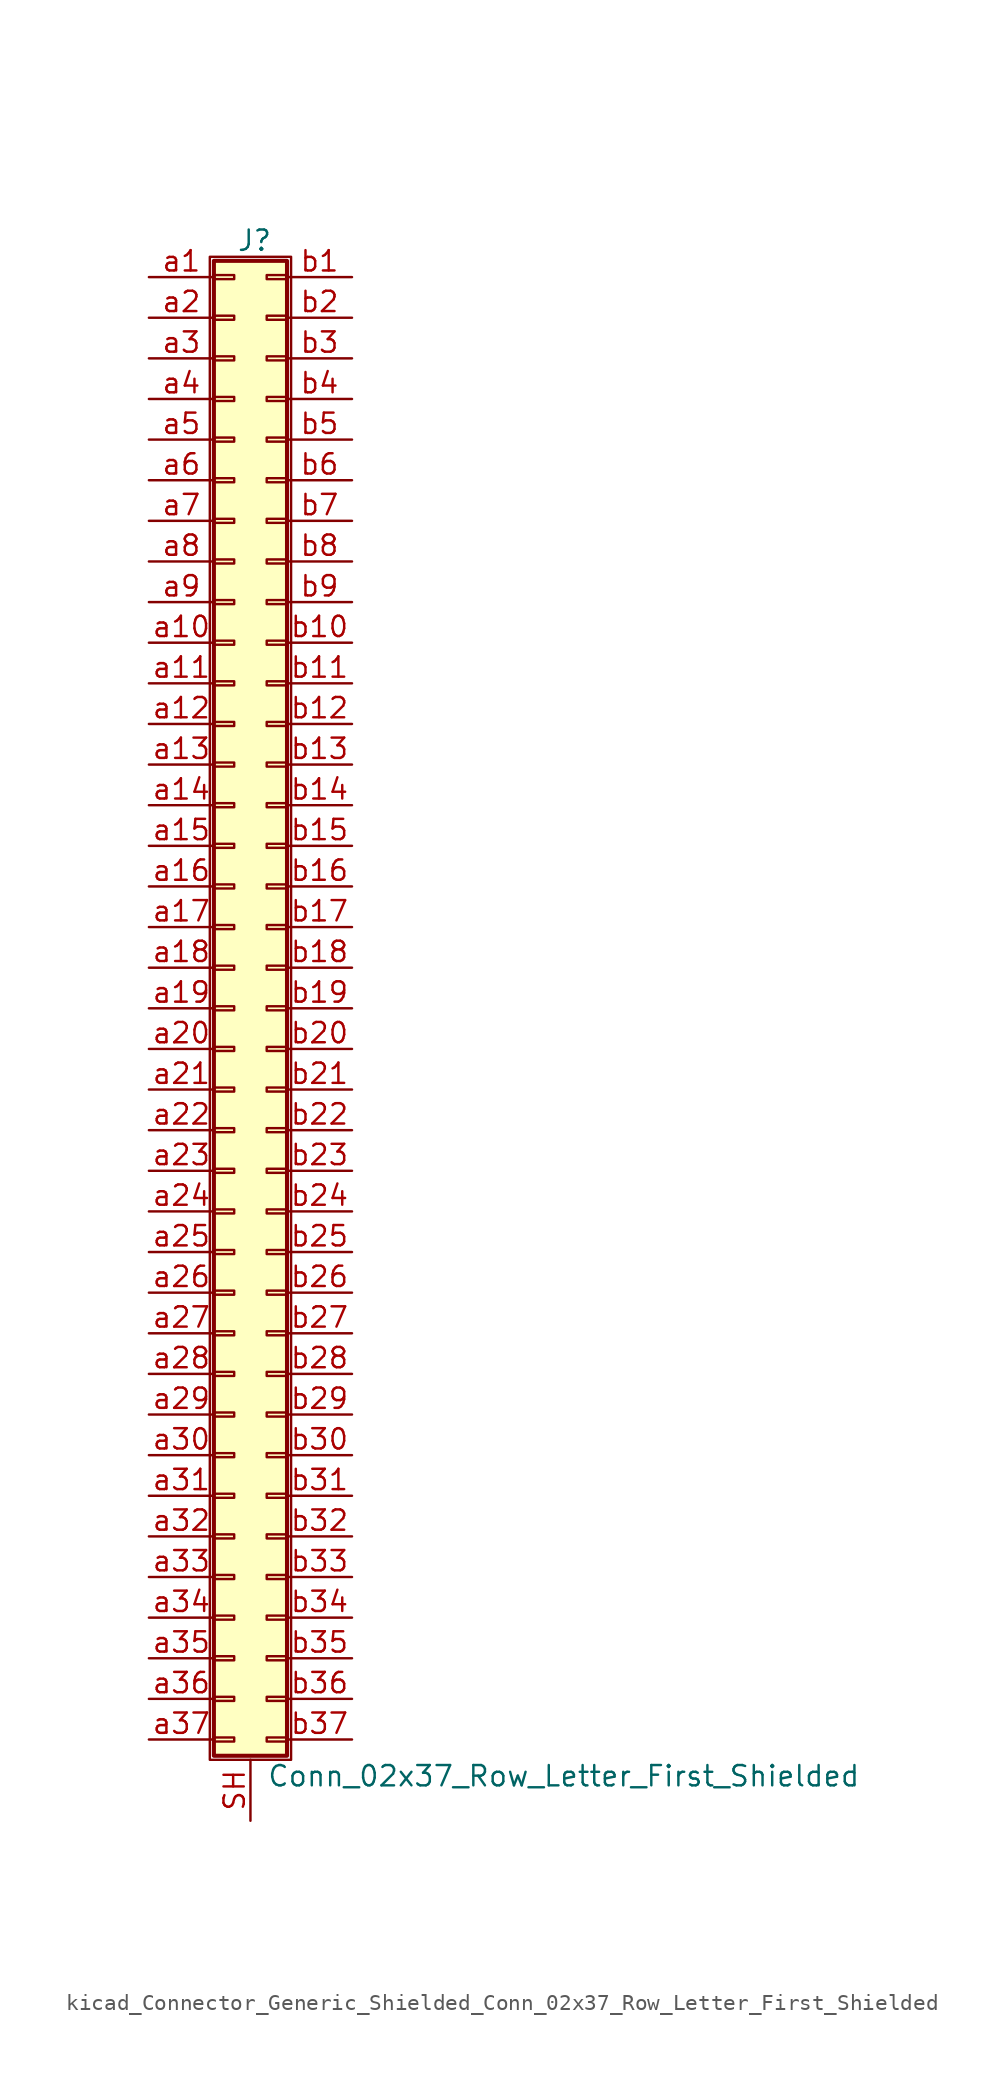
<source format=kicad_sym>
(kicad_symbol_lib
  (version 20220914)
  (generator kicad_symbol_editor)
  (symbol "kicad_Connector_Generic_Shielded_Conn_02x37_Row_Letter_First_Shielded"
    (pin_names
      (offset 1.016) hide)
    (property "Reference" "J"
      (at 1.524 48.006 0)
      (effects (font (size 1.27 1.27))))
    (property "Value" "Conn_02x37_Row_Letter_First_Shielded"
      (at 2.286 -48.006 0)
      (effects (font (size 1.27 1.27)) (justify left)))
    (symbol "kicad_Connector_Generic_Shielded_Conn_02x37_Row_Letter_First_Shielded_1_1"
      (rectangle (start -1.27 46.99) (end 3.81 -46.99) (stroke (width 0.152) (type default)) (fill (type none)))
      (rectangle (start -1.016 -45.593) (end 0.254 -45.847) (stroke (width 0.152) (type default)) (fill (type none)))
      (rectangle (start -1.016 -43.053) (end 0.254 -43.307) (stroke (width 0.152) (type default)) (fill (type none)))
      (rectangle (start -1.016 -40.513) (end 0.254 -40.767) (stroke (width 0.152) (type default)) (fill (type none)))
      (rectangle (start -1.016 -37.973) (end 0.254 -38.227) (stroke (width 0.152) (type default)) (fill (type none)))
      (rectangle (start -1.016 -35.433) (end 0.254 -35.687) (stroke (width 0.152) (type default)) (fill (type none)))
      (rectangle (start -1.016 -32.893) (end 0.254 -33.147) (stroke (width 0.152) (type default)) (fill (type none)))
      (rectangle (start -1.016 -30.353) (end 0.254 -30.607) (stroke (width 0.152) (type default)) (fill (type none)))
      (rectangle (start -1.016 -27.813) (end 0.254 -28.067) (stroke (width 0.152) (type default)) (fill (type none)))
      (rectangle (start -1.016 -25.273) (end 0.254 -25.527) (stroke (width 0.152) (type default)) (fill (type none)))
      (rectangle (start -1.016 -22.733) (end 0.254 -22.987) (stroke (width 0.152) (type default)) (fill (type none)))
      (rectangle (start -1.016 -20.193) (end 0.254 -20.447) (stroke (width 0.152) (type default)) (fill (type none)))
      (rectangle (start -1.016 -17.653) (end 0.254 -17.907) (stroke (width 0.152) (type default)) (fill (type none)))
      (rectangle (start -1.016 -15.113) (end 0.254 -15.367) (stroke (width 0.152) (type default)) (fill (type none)))
      (rectangle (start -1.016 -12.573) (end 0.254 -12.827) (stroke (width 0.152) (type default)) (fill (type none)))
      (rectangle (start -1.016 -10.033) (end 0.254 -10.287) (stroke (width 0.152) (type default)) (fill (type none)))
      (rectangle (start -1.016 -7.493) (end 0.254 -7.747) (stroke (width 0.152) (type default)) (fill (type none)))
      (rectangle (start -1.016 -4.953) (end 0.254 -5.207) (stroke (width 0.152) (type default)) (fill (type none)))
      (rectangle (start -1.016 -2.413) (end 0.254 -2.667) (stroke (width 0.152) (type default)) (fill (type none)))
      (rectangle (start -1.016 0.127) (end 0.254 -0.127) (stroke (width 0.152) (type default)) (fill (type none)))
      (rectangle (start -1.016 2.667) (end 0.254 2.413) (stroke (width 0.152) (type default)) (fill (type none)))
      (rectangle (start -1.016 5.207) (end 0.254 4.953) (stroke (width 0.152) (type default)) (fill (type none)))
      (rectangle (start -1.016 7.747) (end 0.254 7.493) (stroke (width 0.152) (type default)) (fill (type none)))
      (rectangle (start -1.016 10.287) (end 0.254 10.033) (stroke (width 0.152) (type default)) (fill (type none)))
      (rectangle (start -1.016 12.827) (end 0.254 12.573) (stroke (width 0.152) (type default)) (fill (type none)))
      (rectangle (start -1.016 15.367) (end 0.254 15.113) (stroke (width 0.152) (type default)) (fill (type none)))
      (rectangle (start -1.016 17.907) (end 0.254 17.653) (stroke (width 0.152) (type default)) (fill (type none)))
      (rectangle (start -1.016 20.447) (end 0.254 20.193) (stroke (width 0.152) (type default)) (fill (type none)))
      (rectangle (start -1.016 22.987) (end 0.254 22.733) (stroke (width 0.152) (type default)) (fill (type none)))
      (rectangle (start -1.016 25.527) (end 0.254 25.273) (stroke (width 0.152) (type default)) (fill (type none)))
      (rectangle (start -1.016 28.067) (end 0.254 27.813) (stroke (width 0.152) (type default)) (fill (type none)))
      (rectangle (start -1.016 30.607) (end 0.254 30.353) (stroke (width 0.152) (type default)) (fill (type none)))
      (rectangle (start -1.016 33.147) (end 0.254 32.893) (stroke (width 0.152) (type default)) (fill (type none)))
      (rectangle (start -1.016 35.687) (end 0.254 35.433) (stroke (width 0.152) (type default)) (fill (type none)))
      (rectangle (start -1.016 38.227) (end 0.254 37.973) (stroke (width 0.152) (type default)) (fill (type none)))
      (rectangle (start -1.016 40.767) (end 0.254 40.513) (stroke (width 0.152) (type default)) (fill (type none)))
      (rectangle (start -1.016 43.307) (end 0.254 43.053) (stroke (width 0.152) (type default)) (fill (type none)))
      (rectangle (start -1.016 45.847) (end 0.254 45.593) (stroke (width 0.152) (type default)) (fill (type none)))
      (rectangle (start -1.016 46.736) (end 3.556 -46.736) (stroke (width 0.254) (type default)) (fill (type background)))
      (rectangle (start 3.556 -45.593) (end 2.286 -45.847) (stroke (width 0.152) (type default)) (fill (type none)))
      (rectangle (start 3.556 -43.053) (end 2.286 -43.307) (stroke (width 0.152) (type default)) (fill (type none)))
      (rectangle (start 3.556 -40.513) (end 2.286 -40.767) (stroke (width 0.152) (type default)) (fill (type none)))
      (rectangle (start 3.556 -37.973) (end 2.286 -38.227) (stroke (width 0.152) (type default)) (fill (type none)))
      (rectangle (start 3.556 -35.433) (end 2.286 -35.687) (stroke (width 0.152) (type default)) (fill (type none)))
      (rectangle (start 3.556 -32.893) (end 2.286 -33.147) (stroke (width 0.152) (type default)) (fill (type none)))
      (rectangle (start 3.556 -30.353) (end 2.286 -30.607) (stroke (width 0.152) (type default)) (fill (type none)))
      (rectangle (start 3.556 -27.813) (end 2.286 -28.067) (stroke (width 0.152) (type default)) (fill (type none)))
      (rectangle (start 3.556 -25.273) (end 2.286 -25.527) (stroke (width 0.152) (type default)) (fill (type none)))
      (rectangle (start 3.556 -22.733) (end 2.286 -22.987) (stroke (width 0.152) (type default)) (fill (type none)))
      (rectangle (start 3.556 -20.193) (end 2.286 -20.447) (stroke (width 0.152) (type default)) (fill (type none)))
      (rectangle (start 3.556 -17.653) (end 2.286 -17.907) (stroke (width 0.152) (type default)) (fill (type none)))
      (rectangle (start 3.556 -15.113) (end 2.286 -15.367) (stroke (width 0.152) (type default)) (fill (type none)))
      (rectangle (start 3.556 -12.573) (end 2.286 -12.827) (stroke (width 0.152) (type default)) (fill (type none)))
      (rectangle (start 3.556 -10.033) (end 2.286 -10.287) (stroke (width 0.152) (type default)) (fill (type none)))
      (rectangle (start 3.556 -7.493) (end 2.286 -7.747) (stroke (width 0.152) (type default)) (fill (type none)))
      (rectangle (start 3.556 -4.953) (end 2.286 -5.207) (stroke (width 0.152) (type default)) (fill (type none)))
      (rectangle (start 3.556 -2.413) (end 2.286 -2.667) (stroke (width 0.152) (type default)) (fill (type none)))
      (rectangle (start 3.556 0.127) (end 2.286 -0.127) (stroke (width 0.152) (type default)) (fill (type none)))
      (rectangle (start 3.556 2.667) (end 2.286 2.413) (stroke (width 0.152) (type default)) (fill (type none)))
      (rectangle (start 3.556 5.207) (end 2.286 4.953) (stroke (width 0.152) (type default)) (fill (type none)))
      (rectangle (start 3.556 7.747) (end 2.286 7.493) (stroke (width 0.152) (type default)) (fill (type none)))
      (rectangle (start 3.556 10.287) (end 2.286 10.033) (stroke (width 0.152) (type default)) (fill (type none)))
      (rectangle (start 3.556 12.827) (end 2.286 12.573) (stroke (width 0.152) (type default)) (fill (type none)))
      (rectangle (start 3.556 15.367) (end 2.286 15.113) (stroke (width 0.152) (type default)) (fill (type none)))
      (rectangle (start 3.556 17.907) (end 2.286 17.653) (stroke (width 0.152) (type default)) (fill (type none)))
      (rectangle (start 3.556 20.447) (end 2.286 20.193) (stroke (width 0.152) (type default)) (fill (type none)))
      (rectangle (start 3.556 22.987) (end 2.286 22.733) (stroke (width 0.152) (type default)) (fill (type none)))
      (rectangle (start 3.556 25.527) (end 2.286 25.273) (stroke (width 0.152) (type default)) (fill (type none)))
      (rectangle (start 3.556 28.067) (end 2.286 27.813) (stroke (width 0.152) (type default)) (fill (type none)))
      (rectangle (start 3.556 30.607) (end 2.286 30.353) (stroke (width 0.152) (type default)) (fill (type none)))
      (rectangle (start 3.556 33.147) (end 2.286 32.893) (stroke (width 0.152) (type default)) (fill (type none)))
      (rectangle (start 3.556 35.687) (end 2.286 35.433) (stroke (width 0.152) (type default)) (fill (type none)))
      (rectangle (start 3.556 38.227) (end 2.286 37.973) (stroke (width 0.152) (type default)) (fill (type none)))
      (rectangle (start 3.556 40.767) (end 2.286 40.513) (stroke (width 0.152) (type default)) (fill (type none)))
      (rectangle (start 3.556 43.307) (end 2.286 43.053) (stroke (width 0.152) (type default)) (fill (type none)))
      (rectangle (start 3.556 45.847) (end 2.286 45.593) (stroke (width 0.152) (type default)) (fill (type none)))
      (pin passive line (at 1.27 -50.8 90) (length 3.81) (name "Shield" (effects (font (size 1.27 1.27)))) (number "SH" (effects (font (size 1.27 1.27)))))
      (pin passive line (at -5.08 45.72 0) (length 4.064) (name "Pin_a1" (effects (font (size 1.27 1.27)))) (number "a1" (effects (font (size 1.27 1.27)))))
      (pin passive line (at -5.08 22.86 0) (length 4.064) (name "Pin_a10" (effects (font (size 1.27 1.27)))) (number "a10" (effects (font (size 1.27 1.27)))))
      (pin passive line (at -5.08 20.32 0) (length 4.064) (name "Pin_a11" (effects (font (size 1.27 1.27)))) (number "a11" (effects (font (size 1.27 1.27)))))
      (pin passive line (at -5.08 17.78 0) (length 4.064) (name "Pin_a12" (effects (font (size 1.27 1.27)))) (number "a12" (effects (font (size 1.27 1.27)))))
      (pin passive line (at -5.08 15.24 0) (length 4.064) (name "Pin_a13" (effects (font (size 1.27 1.27)))) (number "a13" (effects (font (size 1.27 1.27)))))
      (pin passive line (at -5.08 12.7 0) (length 4.064) (name "Pin_a14" (effects (font (size 1.27 1.27)))) (number "a14" (effects (font (size 1.27 1.27)))))
      (pin passive line (at -5.08 10.16 0) (length 4.064) (name "Pin_a15" (effects (font (size 1.27 1.27)))) (number "a15" (effects (font (size 1.27 1.27)))))
      (pin passive line (at -5.08 7.62 0) (length 4.064) (name "Pin_a16" (effects (font (size 1.27 1.27)))) (number "a16" (effects (font (size 1.27 1.27)))))
      (pin passive line (at -5.08 5.08 0) (length 4.064) (name "Pin_a17" (effects (font (size 1.27 1.27)))) (number "a17" (effects (font (size 1.27 1.27)))))
      (pin passive line (at -5.08 2.54 0) (length 4.064) (name "Pin_a18" (effects (font (size 1.27 1.27)))) (number "a18" (effects (font (size 1.27 1.27)))))
      (pin passive line (at -5.08 0 0) (length 4.064) (name "Pin_a19" (effects (font (size 1.27 1.27)))) (number "a19" (effects (font (size 1.27 1.27)))))
      (pin passive line (at -5.08 43.18 0) (length 4.064) (name "Pin_a2" (effects (font (size 1.27 1.27)))) (number "a2" (effects (font (size 1.27 1.27)))))
      (pin passive line (at -5.08 -2.54 0) (length 4.064) (name "Pin_a20" (effects (font (size 1.27 1.27)))) (number "a20" (effects (font (size 1.27 1.27)))))
      (pin passive line (at -5.08 -5.08 0) (length 4.064) (name "Pin_a21" (effects (font (size 1.27 1.27)))) (number "a21" (effects (font (size 1.27 1.27)))))
      (pin passive line (at -5.08 -7.62 0) (length 4.064) (name "Pin_a22" (effects (font (size 1.27 1.27)))) (number "a22" (effects (font (size 1.27 1.27)))))
      (pin passive line (at -5.08 -10.16 0) (length 4.064) (name "Pin_a23" (effects (font (size 1.27 1.27)))) (number "a23" (effects (font (size 1.27 1.27)))))
      (pin passive line (at -5.08 -12.7 0) (length 4.064) (name "Pin_a24" (effects (font (size 1.27 1.27)))) (number "a24" (effects (font (size 1.27 1.27)))))
      (pin passive line (at -5.08 -15.24 0) (length 4.064) (name "Pin_a25" (effects (font (size 1.27 1.27)))) (number "a25" (effects (font (size 1.27 1.27)))))
      (pin passive line (at -5.08 -17.78 0) (length 4.064) (name "Pin_a26" (effects (font (size 1.27 1.27)))) (number "a26" (effects (font (size 1.27 1.27)))))
      (pin passive line (at -5.08 -20.32 0) (length 4.064) (name "Pin_a27" (effects (font (size 1.27 1.27)))) (number "a27" (effects (font (size 1.27 1.27)))))
      (pin passive line (at -5.08 -22.86 0) (length 4.064) (name "Pin_a28" (effects (font (size 1.27 1.27)))) (number "a28" (effects (font (size 1.27 1.27)))))
      (pin passive line (at -5.08 -25.4 0) (length 4.064) (name "Pin_a29" (effects (font (size 1.27 1.27)))) (number "a29" (effects (font (size 1.27 1.27)))))
      (pin passive line (at -5.08 40.64 0) (length 4.064) (name "Pin_a3" (effects (font (size 1.27 1.27)))) (number "a3" (effects (font (size 1.27 1.27)))))
      (pin passive line (at -5.08 -27.94 0) (length 4.064) (name "Pin_a30" (effects (font (size 1.27 1.27)))) (number "a30" (effects (font (size 1.27 1.27)))))
      (pin passive line (at -5.08 -30.48 0) (length 4.064) (name "Pin_a31" (effects (font (size 1.27 1.27)))) (number "a31" (effects (font (size 1.27 1.27)))))
      (pin passive line (at -5.08 -33.02 0) (length 4.064) (name "Pin_a32" (effects (font (size 1.27 1.27)))) (number "a32" (effects (font (size 1.27 1.27)))))
      (pin passive line (at -5.08 -35.56 0) (length 4.064) (name "Pin_a33" (effects (font (size 1.27 1.27)))) (number "a33" (effects (font (size 1.27 1.27)))))
      (pin passive line (at -5.08 -38.1 0) (length 4.064) (name "Pin_a34" (effects (font (size 1.27 1.27)))) (number "a34" (effects (font (size 1.27 1.27)))))
      (pin passive line (at -5.08 -40.64 0) (length 4.064) (name "Pin_a35" (effects (font (size 1.27 1.27)))) (number "a35" (effects (font (size 1.27 1.27)))))
      (pin passive line (at -5.08 -43.18 0) (length 4.064) (name "Pin_a36" (effects (font (size 1.27 1.27)))) (number "a36" (effects (font (size 1.27 1.27)))))
      (pin passive line (at -5.08 -45.72 0) (length 4.064) (name "Pin_a37" (effects (font (size 1.27 1.27)))) (number "a37" (effects (font (size 1.27 1.27)))))
      (pin passive line (at -5.08 38.1 0) (length 4.064) (name "Pin_a4" (effects (font (size 1.27 1.27)))) (number "a4" (effects (font (size 1.27 1.27)))))
      (pin passive line (at -5.08 35.56 0) (length 4.064) (name "Pin_a5" (effects (font (size 1.27 1.27)))) (number "a5" (effects (font (size 1.27 1.27)))))
      (pin passive line (at -5.08 33.02 0) (length 4.064) (name "Pin_a6" (effects (font (size 1.27 1.27)))) (number "a6" (effects (font (size 1.27 1.27)))))
      (pin passive line (at -5.08 30.48 0) (length 4.064) (name "Pin_a7" (effects (font (size 1.27 1.27)))) (number "a7" (effects (font (size 1.27 1.27)))))
      (pin passive line (at -5.08 27.94 0) (length 4.064) (name "Pin_a8" (effects (font (size 1.27 1.27)))) (number "a8" (effects (font (size 1.27 1.27)))))
      (pin passive line (at -5.08 25.4 0) (length 4.064) (name "Pin_a9" (effects (font (size 1.27 1.27)))) (number "a9" (effects (font (size 1.27 1.27)))))
      (pin passive line (at 7.62 45.72 180) (length 4.064) (name "Pin_b1" (effects (font (size 1.27 1.27)))) (number "b1" (effects (font (size 1.27 1.27)))))
      (pin passive line (at 7.62 22.86 180) (length 4.064) (name "Pin_b10" (effects (font (size 1.27 1.27)))) (number "b10" (effects (font (size 1.27 1.27)))))
      (pin passive line (at 7.62 20.32 180) (length 4.064) (name "Pin_b11" (effects (font (size 1.27 1.27)))) (number "b11" (effects (font (size 1.27 1.27)))))
      (pin passive line (at 7.62 17.78 180) (length 4.064) (name "Pin_b12" (effects (font (size 1.27 1.27)))) (number "b12" (effects (font (size 1.27 1.27)))))
      (pin passive line (at 7.62 15.24 180) (length 4.064) (name "Pin_b13" (effects (font (size 1.27 1.27)))) (number "b13" (effects (font (size 1.27 1.27)))))
      (pin passive line (at 7.62 12.7 180) (length 4.064) (name "Pin_b14" (effects (font (size 1.27 1.27)))) (number "b14" (effects (font (size 1.27 1.27)))))
      (pin passive line (at 7.62 10.16 180) (length 4.064) (name "Pin_b15" (effects (font (size 1.27 1.27)))) (number "b15" (effects (font (size 1.27 1.27)))))
      (pin passive line (at 7.62 7.62 180) (length 4.064) (name "Pin_b16" (effects (font (size 1.27 1.27)))) (number "b16" (effects (font (size 1.27 1.27)))))
      (pin passive line (at 7.62 5.08 180) (length 4.064) (name "Pin_b17" (effects (font (size 1.27 1.27)))) (number "b17" (effects (font (size 1.27 1.27)))))
      (pin passive line (at 7.62 2.54 180) (length 4.064) (name "Pin_b18" (effects (font (size 1.27 1.27)))) (number "b18" (effects (font (size 1.27 1.27)))))
      (pin passive line (at 7.62 0 180) (length 4.064) (name "Pin_b19" (effects (font (size 1.27 1.27)))) (number "b19" (effects (font (size 1.27 1.27)))))
      (pin passive line (at 7.62 43.18 180) (length 4.064) (name "Pin_b2" (effects (font (size 1.27 1.27)))) (number "b2" (effects (font (size 1.27 1.27)))))
      (pin passive line (at 7.62 -2.54 180) (length 4.064) (name "Pin_b20" (effects (font (size 1.27 1.27)))) (number "b20" (effects (font (size 1.27 1.27)))))
      (pin passive line (at 7.62 -5.08 180) (length 4.064) (name "Pin_b21" (effects (font (size 1.27 1.27)))) (number "b21" (effects (font (size 1.27 1.27)))))
      (pin passive line (at 7.62 -7.62 180) (length 4.064) (name "Pin_b22" (effects (font (size 1.27 1.27)))) (number "b22" (effects (font (size 1.27 1.27)))))
      (pin passive line (at 7.62 -10.16 180) (length 4.064) (name "Pin_b23" (effects (font (size 1.27 1.27)))) (number "b23" (effects (font (size 1.27 1.27)))))
      (pin passive line (at 7.62 -12.7 180) (length 4.064) (name "Pin_b24" (effects (font (size 1.27 1.27)))) (number "b24" (effects (font (size 1.27 1.27)))))
      (pin passive line (at 7.62 -15.24 180) (length 4.064) (name "Pin_b25" (effects (font (size 1.27 1.27)))) (number "b25" (effects (font (size 1.27 1.27)))))
      (pin passive line (at 7.62 -17.78 180) (length 4.064) (name "Pin_b26" (effects (font (size 1.27 1.27)))) (number "b26" (effects (font (size 1.27 1.27)))))
      (pin passive line (at 7.62 -20.32 180) (length 4.064) (name "Pin_b27" (effects (font (size 1.27 1.27)))) (number "b27" (effects (font (size 1.27 1.27)))))
      (pin passive line (at 7.62 -22.86 180) (length 4.064) (name "Pin_b28" (effects (font (size 1.27 1.27)))) (number "b28" (effects (font (size 1.27 1.27)))))
      (pin passive line (at 7.62 -25.4 180) (length 4.064) (name "Pin_b29" (effects (font (size 1.27 1.27)))) (number "b29" (effects (font (size 1.27 1.27)))))
      (pin passive line (at 7.62 40.64 180) (length 4.064) (name "Pin_b3" (effects (font (size 1.27 1.27)))) (number "b3" (effects (font (size 1.27 1.27)))))
      (pin passive line (at 7.62 -27.94 180) (length 4.064) (name "Pin_b30" (effects (font (size 1.27 1.27)))) (number "b30" (effects (font (size 1.27 1.27)))))
      (pin passive line (at 7.62 -30.48 180) (length 4.064) (name "Pin_b31" (effects (font (size 1.27 1.27)))) (number "b31" (effects (font (size 1.27 1.27)))))
      (pin passive line (at 7.62 -33.02 180) (length 4.064) (name "Pin_b32" (effects (font (size 1.27 1.27)))) (number "b32" (effects (font (size 1.27 1.27)))))
      (pin passive line (at 7.62 -35.56 180) (length 4.064) (name "Pin_b33" (effects (font (size 1.27 1.27)))) (number "b33" (effects (font (size 1.27 1.27)))))
      (pin passive line (at 7.62 -38.1 180) (length 4.064) (name "Pin_b34" (effects (font (size 1.27 1.27)))) (number "b34" (effects (font (size 1.27 1.27)))))
      (pin passive line (at 7.62 -40.64 180) (length 4.064) (name "Pin_b35" (effects (font (size 1.27 1.27)))) (number "b35" (effects (font (size 1.27 1.27)))))
      (pin passive line (at 7.62 -43.18 180) (length 4.064) (name "Pin_b36" (effects (font (size 1.27 1.27)))) (number "b36" (effects (font (size 1.27 1.27)))))
      (pin passive line (at 7.62 -45.72 180) (length 4.064) (name "Pin_b37" (effects (font (size 1.27 1.27)))) (number "b37" (effects (font (size 1.27 1.27)))))
      (pin passive line (at 7.62 38.1 180) (length 4.064) (name "Pin_b4" (effects (font (size 1.27 1.27)))) (number "b4" (effects (font (size 1.27 1.27)))))
      (pin passive line (at 7.62 35.56 180) (length 4.064) (name "Pin_b5" (effects (font (size 1.27 1.27)))) (number "b5" (effects (font (size 1.27 1.27)))))
      (pin passive line (at 7.62 33.02 180) (length 4.064) (name "Pin_b6" (effects (font (size 1.27 1.27)))) (number "b6" (effects (font (size 1.27 1.27)))))
      (pin passive line (at 7.62 30.48 180) (length 4.064) (name "Pin_b7" (effects (font (size 1.27 1.27)))) (number "b7" (effects (font (size 1.27 1.27)))))
      (pin passive line (at 7.62 27.94 180) (length 4.064) (name "Pin_b8" (effects (font (size 1.27 1.27)))) (number "b8" (effects (font (size 1.27 1.27)))))
      (pin passive line (at 7.62 25.4 180) (length 4.064) (name "Pin_b9" (effects (font (size 1.27 1.27)))) (number "b9" (effects (font (size 1.27 1.27))))))))
</source>
